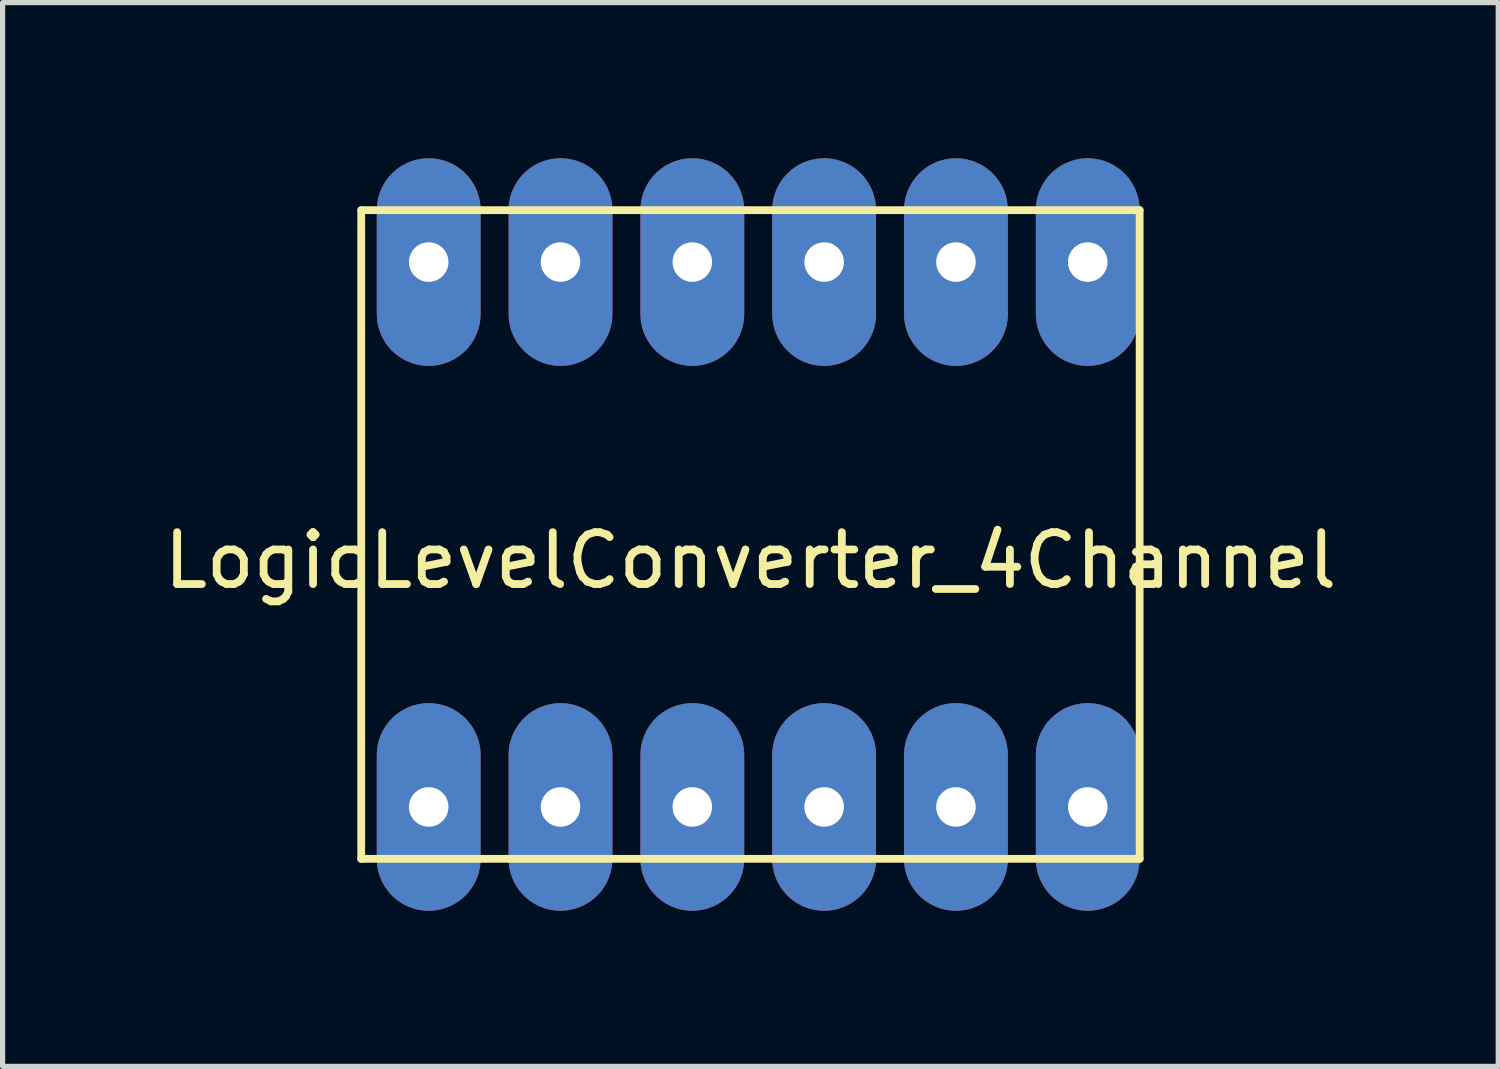
<source format=kicad_pcb>
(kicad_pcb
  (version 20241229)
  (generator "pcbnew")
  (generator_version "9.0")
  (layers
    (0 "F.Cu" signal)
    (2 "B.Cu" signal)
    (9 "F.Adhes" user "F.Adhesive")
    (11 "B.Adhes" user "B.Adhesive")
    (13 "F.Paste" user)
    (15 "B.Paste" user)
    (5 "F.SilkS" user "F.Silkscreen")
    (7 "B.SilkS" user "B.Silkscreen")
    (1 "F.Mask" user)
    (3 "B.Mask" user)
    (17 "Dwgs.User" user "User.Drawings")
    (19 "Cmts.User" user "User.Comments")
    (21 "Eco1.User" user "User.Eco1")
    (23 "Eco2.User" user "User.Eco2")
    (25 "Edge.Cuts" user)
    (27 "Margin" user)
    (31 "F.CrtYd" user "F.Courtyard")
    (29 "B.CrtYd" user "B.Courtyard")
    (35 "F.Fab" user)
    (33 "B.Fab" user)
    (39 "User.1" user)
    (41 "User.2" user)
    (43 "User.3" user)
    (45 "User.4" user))
  (footprint "LogicLevelConverter_4Channel"
    (layer "F.Cu")
    (at 11.411 7.25)
    (property "Reference" "LogicLevelConverter_4Channel" (at 0 0.5 0) (layer "F.SilkS") (effects (font (size 1 1) (thickness 0.15))))
    (attr through_hole)
    (fp_line (start -7.5 -6.25) (end -7.5 6.25) (stroke (width 0.15) (type solid)) (layer "F.SilkS"))
    (fp_line (start -7.5 6.25) (end 7.5 6.25) (stroke (width 0.15) (type solid)) (layer "F.SilkS"))
    (fp_line (start 7.5 -6.25) (end -7.5 -6.25) (stroke (width 0.15) (type solid)) (layer "F.SilkS"))
    (fp_line (start 7.5 6.25) (end 7.5 -6.25) (stroke (width 0.15) (type solid)) (layer "F.SilkS"))
    (pad "1" thru_hole oval (at 6.5 -5.25) (size 2 4) (drill 0.762) (layers "*.Cu" "*.Mask"))
    (pad "2" thru_hole oval (at 3.96 -5.25) (size 2 4) (drill 0.762) (layers "*.Cu" "*.Mask"))
    (pad "3" thru_hole oval (at 1.42 -5.25) (size 2 4) (drill 0.762) (layers "*.Cu" "*.Mask"))
    (pad "4" thru_hole oval (at -1.12 -5.25) (size 2 4) (drill 0.762) (layers "*.Cu" "*.Mask"))
    (pad "5" thru_hole oval (at -3.66 -5.25) (size 2 4) (drill 0.762) (layers "*.Cu" "*.Mask"))
    (pad "6" thru_hole oval (at -6.2 -5.25) (size 2 4) (drill 0.762) (layers "*.Cu" "*.Mask"))
    (pad "7" thru_hole oval (at -6.2 5.25) (size 2 4) (drill 0.762) (layers "*.Cu" "*.Mask"))
    (pad "8" thru_hole oval (at -3.66 5.25) (size 2 4) (drill 0.762) (layers "*.Cu" "*.Mask"))
    (pad "9" thru_hole oval (at -1.12 5.25) (size 2 4) (drill 0.762) (layers "*.Cu" "*.Mask"))
    (pad "10" thru_hole oval (at 1.42 5.25) (size 2 4) (drill 0.762) (layers "*.Cu" "*.Mask"))
    (pad "11" thru_hole oval (at 3.96 5.25) (size 2 4) (drill 0.762) (layers "*.Cu" "*.Mask"))
    (pad "12" thru_hole oval (at 6.5 5.25) (size 2 4) (drill 0.762) (layers "*.Cu" "*.Mask")))
  (gr_rect
    (start -3 -3)
    (end 25.821 17.5)
    (stroke (width 0.1) (type default))
    (fill no)
    (layer "Edge.Cuts")))
</source>
